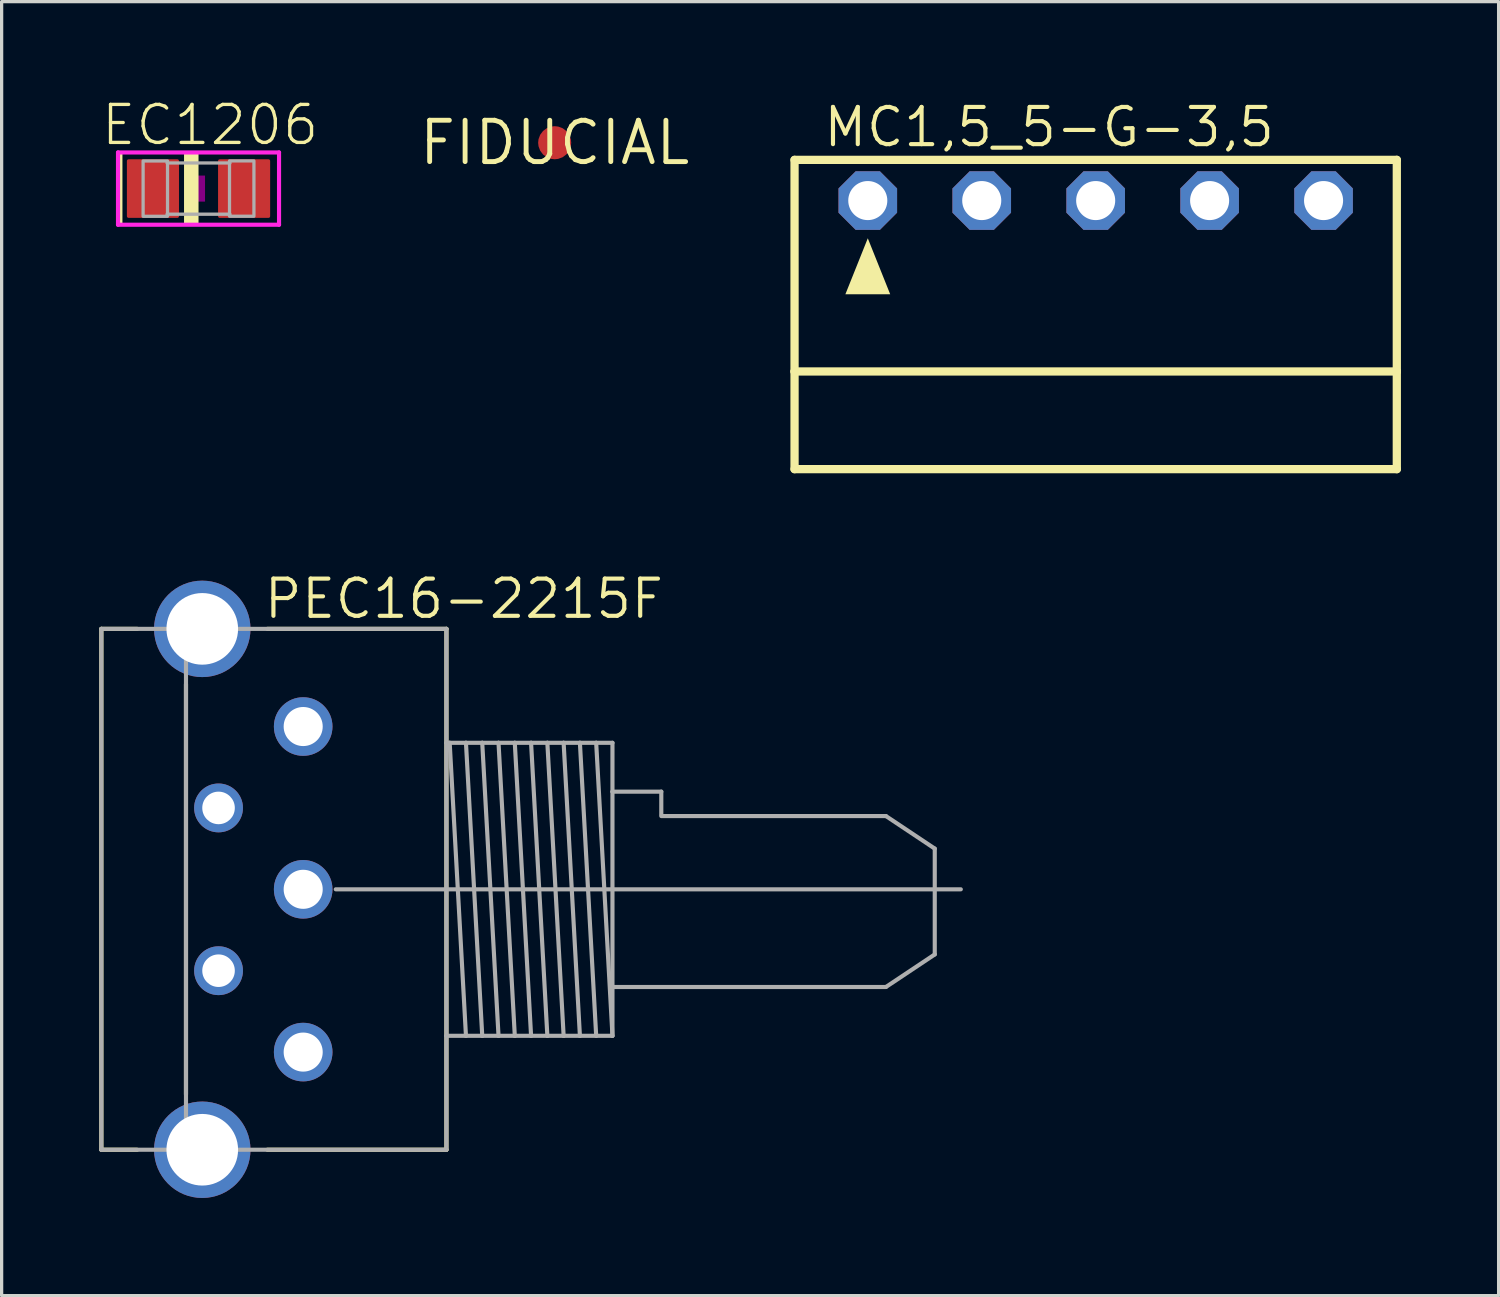
<source format=kicad_pcb>
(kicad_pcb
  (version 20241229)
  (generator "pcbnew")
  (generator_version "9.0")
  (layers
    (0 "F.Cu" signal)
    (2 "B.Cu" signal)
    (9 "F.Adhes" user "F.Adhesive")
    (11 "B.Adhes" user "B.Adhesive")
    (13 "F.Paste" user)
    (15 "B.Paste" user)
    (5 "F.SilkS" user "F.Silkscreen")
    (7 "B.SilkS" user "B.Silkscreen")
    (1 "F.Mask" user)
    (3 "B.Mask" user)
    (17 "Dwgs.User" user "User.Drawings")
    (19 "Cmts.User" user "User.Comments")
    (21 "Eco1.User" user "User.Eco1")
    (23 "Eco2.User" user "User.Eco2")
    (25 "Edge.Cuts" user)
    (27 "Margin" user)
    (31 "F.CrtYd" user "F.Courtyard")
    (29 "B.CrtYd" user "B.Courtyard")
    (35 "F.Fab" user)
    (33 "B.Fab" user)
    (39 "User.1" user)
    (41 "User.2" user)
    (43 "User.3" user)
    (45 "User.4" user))
  (footprint "EC1206"
    (layer "F.Cu")
    (at 3.048 2.743)
    (property "Reference" "EC1206" (at -3.048 -1.27 0) (layer "F.SilkS") (effects (font (size 1.168 1.168) (thickness 0.102)) (justify left bottom)))
    (fp_poly (pts (xy -2.489 1.143) (xy -2.337 1.143) (xy -2.337 -1.143) (xy -2.489 -1.143)) (stroke (width 0) (type solid)) (fill yes) (layer "F.SilkS"))
    (fp_poly (pts (xy -0.445 1.143) (xy 0 1.143) (xy 0 -1.143) (xy -0.445 -1.143)) (stroke (width 0) (type solid)) (fill yes) (layer "F.SilkS"))
    (fp_poly (pts (xy -0.2 0.4) (xy 0.2 0.4) (xy 0.2 -0.4) (xy -0.2 -0.4)) (stroke (width 0) (type solid)) (fill yes) (layer "F.Adhes"))
    (fp_line (start -2.473 -1.11) (end 2.473 -1.11) (stroke (width 0.127) (type solid)) (layer "F.CrtYd"))
    (fp_line (start -2.473 1.11) (end -2.473 -1.11) (stroke (width 0.127) (type solid)) (layer "F.CrtYd"))
    (fp_line (start 2.473 -1.11) (end 2.473 1.11) (stroke (width 0.127) (type solid)) (layer "F.CrtYd"))
    (fp_line (start 2.473 1.11) (end -2.473 1.11) (stroke (width 0.127) (type solid)) (layer "F.CrtYd"))
    (fp_line (start -0.965 -0.787) (end 0.965 -0.787) (stroke (width 0.102) (type solid)) (layer "F.Fab"))
    (fp_line (start -0.965 0.787) (end 0.965 0.787) (stroke (width 0.102) (type solid)) (layer "F.Fab"))
    (fp_poly (pts (xy -1.702 0.851) (xy -0.952 0.851) (xy -0.952 -0.849) (xy -1.702 -0.849)) (stroke (width 0.1) (type solid)) (fill no) (layer "F.Fab"))
    (fp_poly (pts (xy 0.952 0.849) (xy 1.702 0.849) (xy 1.702 -0.851) (xy 0.952 -0.851)) (stroke (width 0.1) (type solid)) (fill no) (layer "F.Fab"))
    (pad "+" smd roundrect (at -1.4 0) (size 1.6 1.8) (layers "F.Cu" "F.Mask" "F.Paste") (roundrect_rratio 0.032))
    (pad "-" smd roundrect (at 1.4 0) (size 1.6 1.8) (layers "F.Cu" "F.Mask" "F.Paste") (roundrect_rratio 0.032)))
  (footprint "FIDUCIAL"
    (layer "F.Cu")
    (at 13.988 1.334)
    (property "Reference" "FIDUCIAL" (at 0 0 0) (layer "F.SilkS") (effects (font (size 1.27 1.27) (thickness 0.15))))
    (fp_poly (pts (xy 0.232 -1.313) (xy 0.456 -1.253) (xy 0.667 -1.155) (xy 0.857 -1.022) (xy 1.022 -0.857) (xy 1.155 -0.667) (xy 1.254 -0.454) (xy 1.334 -0.003) (xy 1.313 0.232) (xy 1.253 0.456) (xy 1.155 0.667) (xy 1.022 0.857) (xy 0.857 1.022) (xy 0.667 1.155) (xy 0.456 1.253) (xy 0.232 1.313) (xy 0 1.334) (xy -0.232 1.313) (xy -0.456 1.253) (xy -0.667 1.155) (xy -0.857 1.022) (xy -1.022 0.857) (xy -1.155 0.667) (xy -1.253 0.456) (xy -1.313 0.232) (xy -1.334 0) (xy -1.313 -0.232) (xy -1.253 -0.456) (xy -1.155 -0.667) (xy -1.022 -0.857) (xy -0.857 -1.022) (xy -0.667 -1.155) (xy -0.456 -1.253) (xy -0.232 -1.313) (xy 0 -1.334)) (stroke (width 0) (type solid)) (fill yes) (layer "F.Mask"))
    (pad "T" smd roundrect (at 0 0) (size 1.016 1.016) (layers "F.Cu" "F.Mask") (roundrect_rratio 0.5))
    (zone (net_name "") (layer "F.Cu") (hatch edge 0.508) (connect_pads) (min_thickness 0.254) (filled_areas_thickness no) (keepout (tracks not_allowed) (vias not_allowed) (pads not_allowed) (copperpour not_allowed) (footprints allowed)) (placement (enabled no)) (fill) (polygon (pts (xy 15.068 1.334) (xy 15.051 1.146) (xy 15.003 0.965) (xy 14.923 0.794) (xy 14.815 0.64) (xy 14.682 0.507) (xy 14.528 0.399) (xy 14.358 0.319) (xy 14.176 0.271) (xy 13.988 0.254) (xy 13.801 0.271) (xy 13.619 0.319) (xy 13.449 0.399) (xy 13.294 0.507) (xy 13.161 0.64) (xy 13.053 0.794) (xy 12.974 0.965) (xy 12.925 1.146) (xy 12.909 1.334) (xy 12.925 1.521) (xy 12.974 1.703) (xy 13.053 1.873) (xy 13.161 2.028) (xy 13.294 2.161) (xy 13.449 2.269) (xy 13.619 2.348) (xy 13.801 2.397) (xy 13.988 2.413) (xy 14.176 2.397) (xy 14.358 2.348) (xy 14.528 2.269) (xy 14.682 2.161) (xy 14.815 2.028) (xy 14.923 1.873) (xy 15.003 1.703) (xy 15.051 1.521))) (polygon (pts (xy 14.941 1.334) (xy 14.926 1.168) (xy 14.883 1.008) (xy 14.813 0.857) (xy 14.718 0.721) (xy 14.601 0.604) (xy 14.465 0.509) (xy 14.314 0.439) (xy 14.154 0.396) (xy 13.988 0.381) (xy 13.823 0.396) (xy 13.663 0.439) (xy 13.512 0.509) (xy 13.376 0.604) (xy 13.259 0.721) (xy 13.163 0.857) (xy 13.093 1.008) (xy 13.05 1.168) (xy 13.036 1.334) (xy 13.05 1.499) (xy 13.093 1.66) (xy 13.163 1.81) (xy 13.259 1.946) (xy 13.376 2.063) (xy 13.512 2.159) (xy 13.663 2.229) (xy 13.823 2.272) (xy 13.988 2.286) (xy 14.154 2.272) (xy 14.314 2.229) (xy 14.465 2.159) (xy 14.601 2.063) (xy 14.718 1.946) (xy 14.813 1.81) (xy 14.883 1.66) (xy 14.926 1.499)))))
  (footprint "PEC16-2215F"
    (layer "F.Cu")
    (at 6.263 24.267)
    (property "Reference" "PEC16-2215F" (at -1.27 -8.255 0) (layer "F.SilkS") (effects (font (size 1.143 1.143) (thickness 0.127)) (justify left bottom)))
    (fp_line (start -6.2 -8) (end -6.2 8) (stroke (width 0.127) (type solid)) (layer "F.SilkS"))
    (fp_line (start -6.2 -8) (end -5.1 -8) (stroke (width 0.127) (type solid)) (layer "F.SilkS"))
    (fp_line (start -6.2 8) (end -5.1 8) (stroke (width 0.127) (type solid)) (layer "F.SilkS"))
    (fp_line (start -3.6 -6.3) (end -3.6 6.3) (stroke (width 0.127) (type solid)) (layer "F.SilkS"))
    (fp_line (start -1.1 -8) (end 4.4 -8) (stroke (width 0.127) (type solid)) (layer "F.SilkS"))
    (fp_line (start -1.1 8) (end 4.4 8) (stroke (width 0.127) (type solid)) (layer "F.SilkS"))
    (fp_line (start 4.4 -8) (end 4.4 8) (stroke (width 0.127) (type solid)) (layer "F.SilkS"))
    (fp_line (start -6.2 -8) (end -6.2 8) (stroke (width 0.127) (type solid)) (layer "F.Fab"))
    (fp_line (start -6.2 -8) (end -3.6 -8) (stroke (width 0.127) (type solid)) (layer "F.Fab"))
    (fp_line (start -6.2 8) (end -3.6 8) (stroke (width 0.127) (type solid)) (layer "F.Fab"))
    (fp_line (start -3.6 -8) (end -3.6 8) (stroke (width 0.127) (type solid)) (layer "F.Fab"))
    (fp_line (start -3.6 -8) (end 4.4 -8) (stroke (width 0.127) (type solid)) (layer "F.Fab"))
    (fp_line (start -3.6 8) (end 4.4 8) (stroke (width 0.127) (type solid)) (layer "F.Fab"))
    (fp_line (start 1 0) (end 20.2 0) (stroke (width 0.127) (type solid)) (layer "F.Fab"))
    (fp_line (start 4.4 -8) (end 4.4 -4.5) (stroke (width 0.127) (type solid)) (layer "F.Fab"))
    (fp_line (start 4.4 -4.5) (end 4.4 4.5) (stroke (width 0.127) (type solid)) (layer "F.Fab"))
    (fp_line (start 4.4 -4.5) (end 4.5 -4.5) (stroke (width 0.127) (type solid)) (layer "F.Fab"))
    (fp_line (start 4.4 4.5) (end 4.4 8) (stroke (width 0.127) (type solid)) (layer "F.Fab"))
    (fp_line (start 4.4 4.5) (end 5 4.5) (stroke (width 0.127) (type solid)) (layer "F.Fab"))
    (fp_line (start 4.5 -4.5) (end 5 -4.5) (stroke (width 0.127) (type solid)) (layer "F.Fab"))
    (fp_line (start 4.5 -4.5) (end 5 4.5) (stroke (width 0.127) (type solid)) (layer "F.Fab"))
    (fp_line (start 5 -4.5) (end 5.5 -4.5) (stroke (width 0.127) (type solid)) (layer "F.Fab"))
    (fp_line (start 5 -4.5) (end 5.5 4.5) (stroke (width 0.127) (type solid)) (layer "F.Fab"))
    (fp_line (start 5 4.5) (end 5.5 4.5) (stroke (width 0.127) (type solid)) (layer "F.Fab"))
    (fp_line (start 5.5 -4.5) (end 6 -4.5) (stroke (width 0.127) (type solid)) (layer "F.Fab"))
    (fp_line (start 5.5 -4.5) (end 6 4.5) (stroke (width 0.127) (type solid)) (layer "F.Fab"))
    (fp_line (start 5.5 4.5) (end 6 4.5) (stroke (width 0.127) (type solid)) (layer "F.Fab"))
    (fp_line (start 6 -4.5) (end 6.5 -4.5) (stroke (width 0.127) (type solid)) (layer "F.Fab"))
    (fp_line (start 6 -4.5) (end 6.5 4.5) (stroke (width 0.127) (type solid)) (layer "F.Fab"))
    (fp_line (start 6 4.5) (end 6.5 4.5) (stroke (width 0.127) (type solid)) (layer "F.Fab"))
    (fp_line (start 6.5 -4.5) (end 7 -4.5) (stroke (width 0.127) (type solid)) (layer "F.Fab"))
    (fp_line (start 6.5 -4.5) (end 7 4.5) (stroke (width 0.127) (type solid)) (layer "F.Fab"))
    (fp_line (start 6.5 4.5) (end 7 4.5) (stroke (width 0.127) (type solid)) (layer "F.Fab"))
    (fp_line (start 7 -4.5) (end 7.5 -4.5) (stroke (width 0.127) (type solid)) (layer "F.Fab"))
    (fp_line (start 7 -4.5) (end 7.5 4.5) (stroke (width 0.127) (type solid)) (layer "F.Fab"))
    (fp_line (start 7 4.5) (end 7.5 4.5) (stroke (width 0.127) (type solid)) (layer "F.Fab"))
    (fp_line (start 7.5 -4.5) (end 8 -4.5) (stroke (width 0.127) (type solid)) (layer "F.Fab"))
    (fp_line (start 7.5 -4.5) (end 8 4.5) (stroke (width 0.127) (type solid)) (layer "F.Fab"))
    (fp_line (start 7.5 4.5) (end 8 4.5) (stroke (width 0.127) (type solid)) (layer "F.Fab"))
    (fp_line (start 8 -4.5) (end 8.5 -4.5) (stroke (width 0.127) (type solid)) (layer "F.Fab"))
    (fp_line (start 8 -4.5) (end 8.5 4.5) (stroke (width 0.127) (type solid)) (layer "F.Fab"))
    (fp_line (start 8 4.5) (end 8.5 4.5) (stroke (width 0.127) (type solid)) (layer "F.Fab"))
    (fp_line (start 8.5 -4.5) (end 9 -4.5) (stroke (width 0.127) (type solid)) (layer "F.Fab"))
    (fp_line (start 8.5 -4.5) (end 9 4.5) (stroke (width 0.127) (type solid)) (layer "F.Fab"))
    (fp_line (start 8.5 4.5) (end 9 4.5) (stroke (width 0.127) (type solid)) (layer "F.Fab"))
    (fp_line (start 9 -4.5) (end 9.5 -4.5) (stroke (width 0.127) (type solid)) (layer "F.Fab"))
    (fp_line (start 9 -4.5) (end 9.5 4.5) (stroke (width 0.127) (type solid)) (layer "F.Fab"))
    (fp_line (start 9 4.5) (end 9.5 4.5) (stroke (width 0.127) (type solid)) (layer "F.Fab"))
    (fp_line (start 9.5 -4.5) (end 9.5 -3) (stroke (width 0.127) (type solid)) (layer "F.Fab"))
    (fp_line (start 9.5 -3) (end 9.5 3) (stroke (width 0.127) (type solid)) (layer "F.Fab"))
    (fp_line (start 9.5 3) (end 9.5 4.5) (stroke (width 0.127) (type solid)) (layer "F.Fab"))
    (fp_line (start 11 -3) (end 9.5 -3) (stroke (width 0.127) (type solid)) (layer "F.Fab"))
    (fp_line (start 11 -2.3) (end 11 -3) (stroke (width 0.127) (type solid)) (layer "F.Fab"))
    (fp_line (start 17.9 -2.25) (end 11 -2.25) (stroke (width 0.127) (type solid)) (layer "F.Fab"))
    (fp_line (start 17.9 3) (end 9.5 3) (stroke (width 0.127) (type solid)) (layer "F.Fab"))
    (fp_line (start 19.4 -1.25) (end 17.9 -2.25) (stroke (width 0.127) (type solid)) (layer "F.Fab"))
    (fp_line (start 19.4 -1.25) (end 19.4 2) (stroke (width 0.127) (type solid)) (layer "F.Fab"))
    (fp_line (start 19.4 2) (end 17.9 3) (stroke (width 0.127) (type solid)) (layer "F.Fab"))
    (pad "A" thru_hole circle (at 0 5) (size 1.8 1.8) (drill 1.2) (layers "*.Cu" "*.Mask"))
    (pad "B" thru_hole circle (at 0 0) (size 1.8 1.8) (drill 1.2) (layers "*.Cu" "*.Mask"))
    (pad "C" thru_hole circle (at 0 -5) (size 1.8 1.8) (drill 1.2) (layers "*.Cu" "*.Mask"))
    (pad "D" thru_hole circle (at -2.6 2.5) (size 1.5 1.5) (drill 1) (layers "*.Cu" "*.Mask"))
    (pad "E" thru_hole circle (at -2.6 -2.5) (size 1.5 1.5) (drill 1) (layers "*.Cu" "*.Mask"))
    (pad "GND1" thru_hole circle (at -3.1 -8) (size 2.962 2.962) (drill 2.2) (layers "*.Cu" "*.Mask"))
    (pad "GND2" thru_hole circle (at -3.1 8) (size 2.962 2.962) (drill 2.2) (layers "*.Cu" "*.Mask")))
  (footprint "MC1,5_5-G-3,5"
    (layer "F.Cu")
    (at 30.606 3.111)
    (property "Reference" "MC1,5_5-G-3,5" (at -8.425 -1.587 0) (layer "F.SilkS") (effects (font (size 1.143 1.143) (thickness 0.127)) (justify left bottom)))
    (fp_line (start -9.25 -1.25) (end 9.25 -1.25) (stroke (width 0.254) (type solid)) (layer "F.SilkS"))
    (fp_line (start -9.25 5.25) (end -9.25 -1.25) (stroke (width 0.254) (type solid)) (layer "F.SilkS"))
    (fp_line (start -9.25 5.25) (end 9.25 5.25) (stroke (width 0.254) (type solid)) (layer "F.SilkS"))
    (fp_line (start -9.25 8.25) (end -9.25 5.25) (stroke (width 0.254) (type solid)) (layer "F.SilkS"))
    (fp_line (start -9.25 8.25) (end 9.25 8.25) (stroke (width 0.254) (type solid)) (layer "F.SilkS"))
    (fp_line (start 9.25 5.25) (end 9.25 -1.25) (stroke (width 0.254) (type solid)) (layer "F.SilkS"))
    (fp_line (start 9.25 8.25) (end 9.25 5.25) (stroke (width 0.254) (type solid)) (layer "F.SilkS"))
    (fp_poly (pts (xy -6.312 2.877) (xy -7.688 2.877) (xy -7 1.158)) (stroke (width 0) (type solid)) (fill yes) (layer "F.SilkS"))
    (pad "1" thru_hole roundrect (at -7 0) (size 1.8 1.8) (drill 1.2) (layers "*.Cu" "*.Mask") (roundrect_rratio 0.25) (chamfer_ratio 0.293) (chamfer top_left top_right bottom_left bottom_right))
    (pad "2" thru_hole roundrect (at -3.5 0) (size 1.8 1.8) (drill 1.2) (layers "*.Cu" "*.Mask") (roundrect_rratio 0.25) (chamfer_ratio 0.293) (chamfer top_left top_right bottom_left bottom_right))
    (pad "3" thru_hole roundrect (at 0 0) (size 1.8 1.8) (drill 1.2) (layers "*.Cu" "*.Mask") (roundrect_rratio 0.25) (chamfer_ratio 0.293) (chamfer top_left top_right bottom_left bottom_right))
    (pad "4" thru_hole roundrect (at 3.5 0) (size 1.8 1.8) (drill 1.2) (layers "*.Cu" "*.Mask") (roundrect_rratio 0.25) (chamfer_ratio 0.293) (chamfer top_left top_right bottom_left bottom_right))
    (pad "5" thru_hole roundrect (at 7 0) (size 1.8 1.8) (drill 1.2) (layers "*.Cu" "*.Mask") (roundrect_rratio 0.25) (chamfer_ratio 0.293) (chamfer top_left top_right bottom_left bottom_right)))
  (gr_rect
    (start -3 -3)
    (end 42.983 36.748)
    (stroke (width 0.1) (type default))
    (fill no)
    (layer "Edge.Cuts")))
</source>
